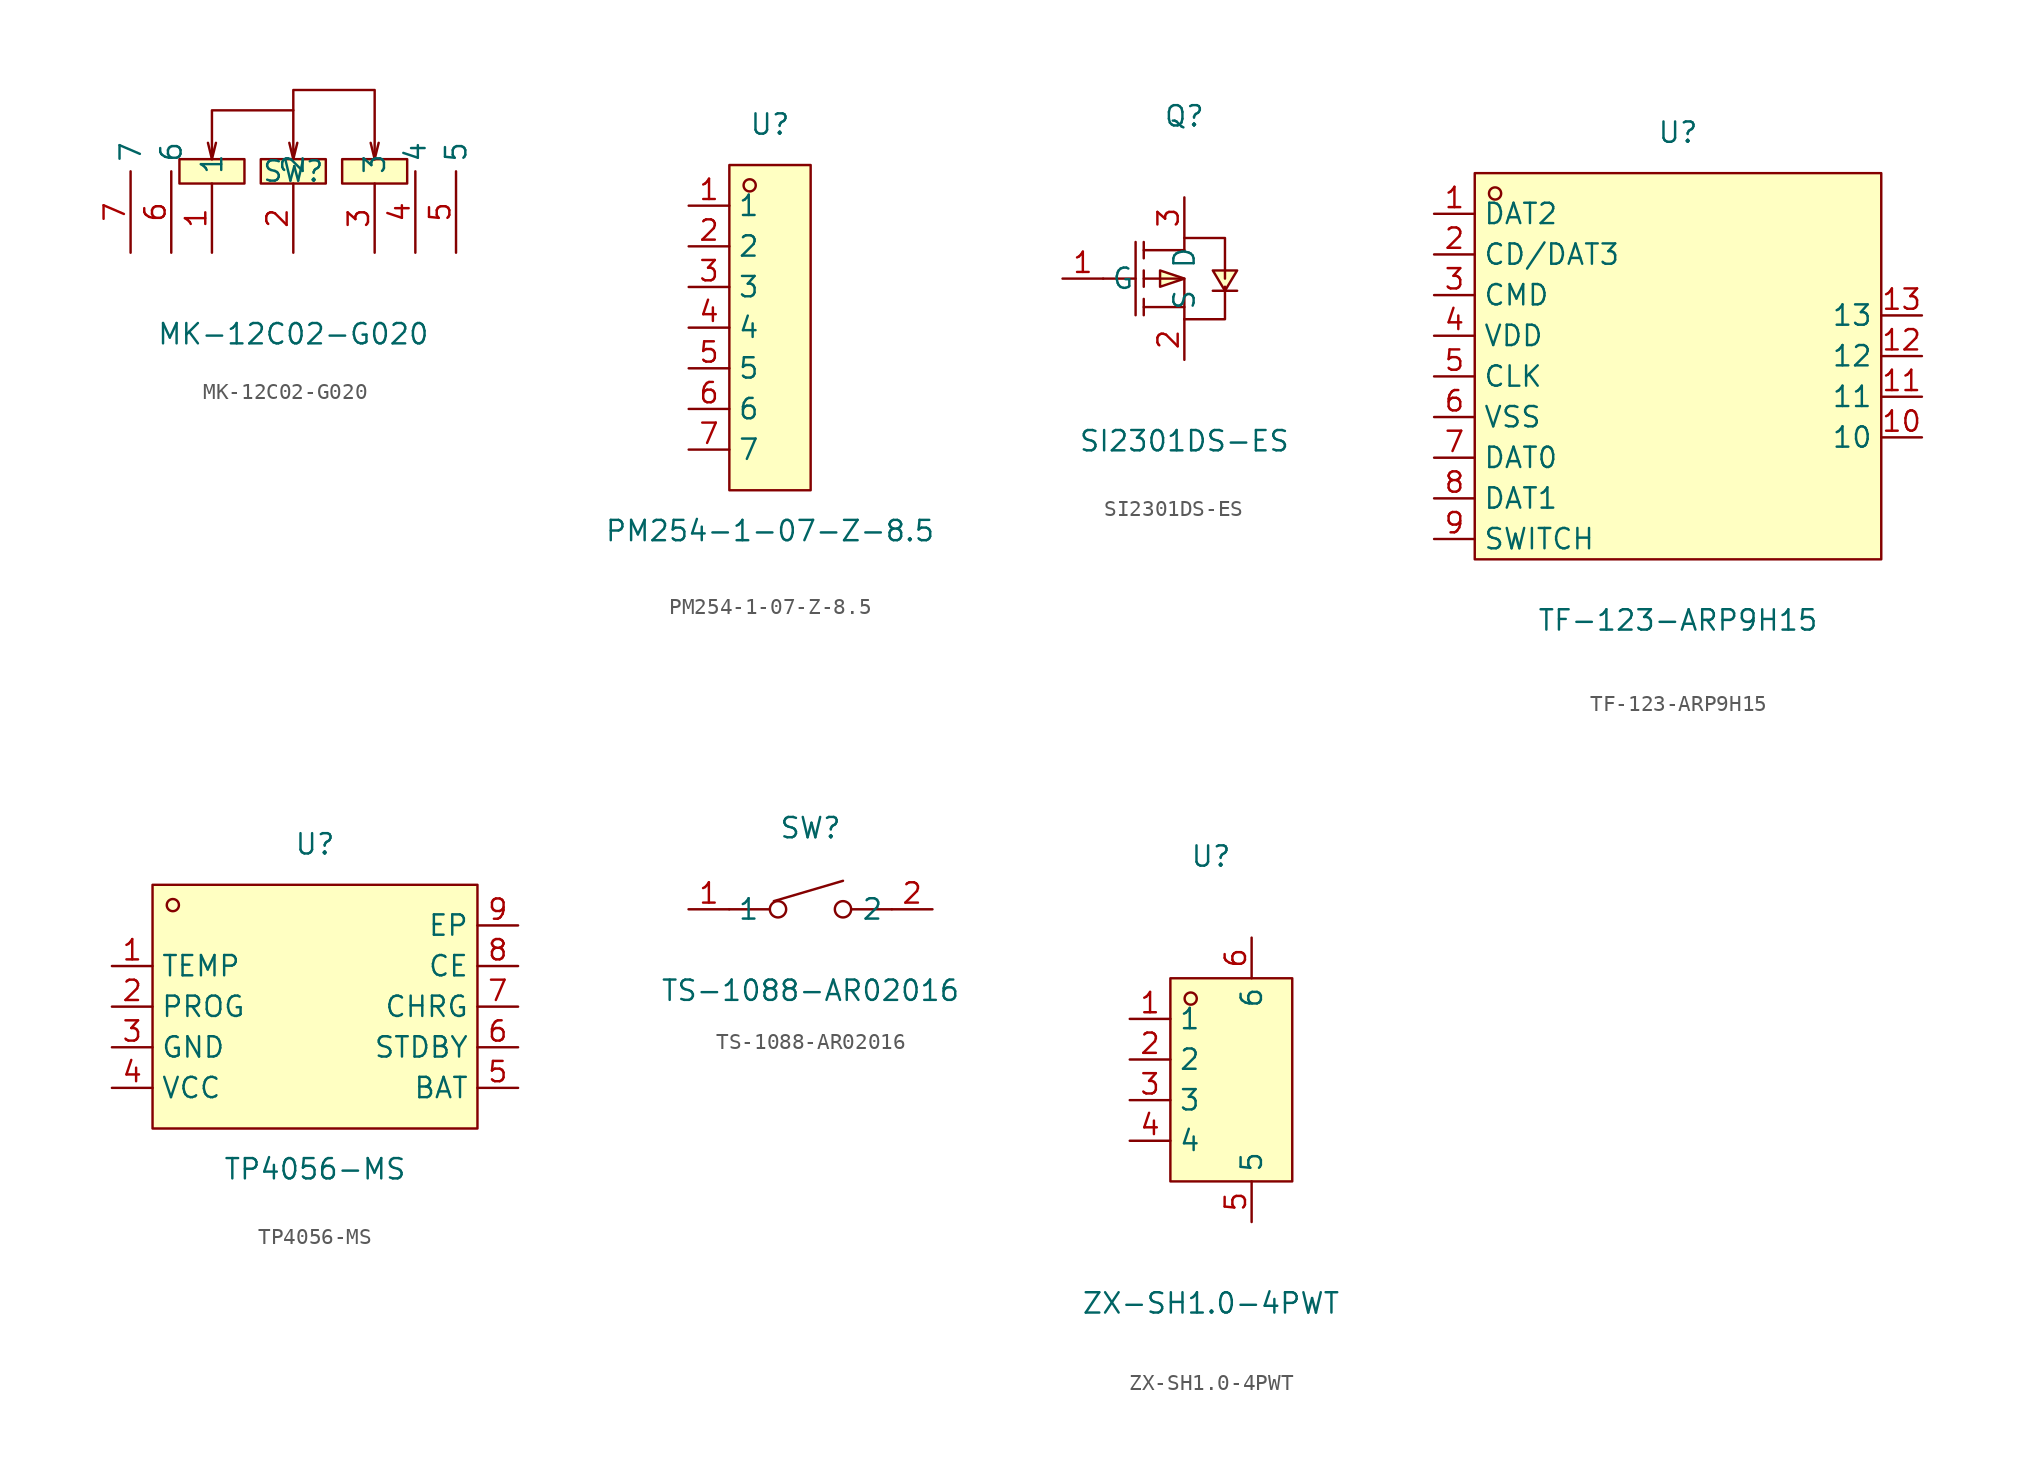
<source format=kicad_sym>
(kicad_symbol_lib
  (version 20211014)
  (generator https://github.com/uPesy/easyeda2kicad.py)
  (symbol "MK-12C02-G020"
    (property "Reference" "SW"
      (at 0 0.00 0)
      (effects (font (size 1.27 1.27))))
    (property "Value" "MK-12C02-G020"
      (at 0 -10.16 0)
      (effects (font (size 1.27 1.27))))
    (symbol "MK-12C02-G020_0_1"
      (rectangle (start -7.11 0.76) (end -3.05 -0.76) (stroke (width 0) (type default) (color 0 0 0 0)) (fill (type background)))
      (rectangle (start 3.05 0.76) (end 7.11 -0.76) (stroke (width 0) (type default) (color 0 0 0 0)) (fill (type background)))
      (rectangle (start -2.03 0.76) (end 2.03 -0.76) (stroke (width 0) (type default) (color 0 0 0 0)) (fill (type background)))
      (polyline (pts (xy -5.08 0.76) (xy -5.33 1.78)) (stroke (width 0) (type default) (color 0 0 0 0)) (fill (type none)))
      (polyline (pts (xy 0.00 3.81) (xy -5.08 3.81) (xy -5.08 0.76) (xy -4.83 1.78)) (stroke (width 0) (type default) (color 0 0 0 0)) (fill (type none)))
      (polyline (pts (xy 5.08 0.76) (xy 4.83 1.78)) (stroke (width 0) (type default) (color 0 0 0 0)) (fill (type none)))
      (polyline (pts (xy 5.08 0.76) (xy 5.33 1.78)) (stroke (width 0) (type default) (color 0 0 0 0)) (fill (type none)))
      (polyline (pts (xy 0.00 0.76) (xy -0.25 1.78)) (stroke (width 0) (type default) (color 0 0 0 0)) (fill (type none)))
      (polyline (pts (xy 5.08 0.76) (xy 5.08 5.08) (xy 0.00 5.08) (xy 0.00 0.76) (xy 0.25 1.78)) (stroke (width 0) (type default) (color 0 0 0 0)) (fill (type none)))
      (pin unspecified line (at -10.16 -5.08 90) (length 5.08) (name "7" (effects (font (size 1.27 1.27)))) (number "7" (effects (font (size 1.27 1.27)))))
      (pin unspecified line (at -7.62 -5.08 90) (length 5.08) (name "6" (effects (font (size 1.27 1.27)))) (number "6" (effects (font (size 1.27 1.27)))))
      (pin unspecified line (at 10.16 -5.08 90) (length 5.08) (name "5" (effects (font (size 1.27 1.27)))) (number "5" (effects (font (size 1.27 1.27)))))
      (pin unspecified line (at 7.62 -5.08 90) (length 5.08) (name "4" (effects (font (size 1.27 1.27)))) (number "4" (effects (font (size 1.27 1.27)))))
      (pin unspecified line (at 5.08 -5.08 90) (length 4.318) (name "3" (effects (font (size 1.27 1.27)))) (number "3" (effects (font (size 1.27 1.27)))))
      (pin unspecified line (at 0.00 -5.08 90) (length 4.318) (name "2" (effects (font (size 1.27 1.27)))) (number "2" (effects (font (size 1.27 1.27)))))
      (pin unspecified line (at -5.08 -5.08 90) (length 4.318) (name "1" (effects (font (size 1.27 1.27)))) (number "1" (effects (font (size 1.27 1.27)))))))
  (symbol "PM254-1-07-Z-8.5"
    (property "Reference" "U"
      (at 0 12.70 0)
      (effects (font (size 1.27 1.27))))
    (property "Value" "PM254-1-07-Z-8.5"
      (at 0 -12.70 0)
      (effects (font (size 1.27 1.27))))
    (symbol "PM254-1-07-Z-8.5_0_1"
      (rectangle (start -2.54 10.16) (end 2.54 -10.16) (stroke (width 0) (type default) (color 0 0 0 0)) (fill (type background)))
      (circle (center -1.27 8.89) (radius 0.38) (stroke (width 0) (type default) (color 0 0 0 0)) (fill (type none)))
      (pin unspecified line (at -5.08 7.62 0) (length 2.54) (name "1" (effects (font (size 1.27 1.27)))) (number "1" (effects (font (size 1.27 1.27)))))
      (pin unspecified line (at -5.08 5.08 0) (length 2.54) (name "2" (effects (font (size 1.27 1.27)))) (number "2" (effects (font (size 1.27 1.27)))))
      (pin unspecified line (at -5.08 2.54 0) (length 2.54) (name "3" (effects (font (size 1.27 1.27)))) (number "3" (effects (font (size 1.27 1.27)))))
      (pin unspecified line (at -5.08 -0.00 0) (length 2.54) (name "4" (effects (font (size 1.27 1.27)))) (number "4" (effects (font (size 1.27 1.27)))))
      (pin unspecified line (at -5.08 -2.54 0) (length 2.54) (name "5" (effects (font (size 1.27 1.27)))) (number "5" (effects (font (size 1.27 1.27)))))
      (pin unspecified line (at -5.08 -5.08 0) (length 2.54) (name "6" (effects (font (size 1.27 1.27)))) (number "6" (effects (font (size 1.27 1.27)))))
      (pin unspecified line (at -5.08 -7.62 0) (length 2.54) (name "7" (effects (font (size 1.27 1.27)))) (number "7" (effects (font (size 1.27 1.27)))))))
  (symbol "SI2301DS-ES"
    (property "Reference" "Q"
      (at 0 10.16 0)
      (effects (font (size 1.27 1.27))))
    (property "Value" "SI2301DS-ES"
      (at 0 -10.16 0)
      (effects (font (size 1.27 1.27))))
    (symbol "SI2301DS-ES_0_1"
      (polyline (pts (xy 1.78 -0.76) (xy 2.03 -0.76) (xy 3.05 -0.76) (xy 3.30 -0.76)) (stroke (width 0) (type default) (color 0 0 0 0)) (fill (type none)))
      (polyline (pts (xy -5.08 -0.00) (xy -3.05 -0.00)) (stroke (width 0) (type default) (color 0 0 0 0)) (fill (type none)))
      (polyline (pts (xy -2.54 -2.29) (xy -2.54 -1.27)) (stroke (width 0) (type default) (color 0 0 0 0)) (fill (type none)))
      (polyline (pts (xy -2.54 -0.51) (xy -2.54 0.51)) (stroke (width 0) (type default) (color 0 0 0 0)) (fill (type none)))
      (polyline (pts (xy -2.54 1.27) (xy -2.54 2.29)) (stroke (width 0) (type default) (color 0 0 0 0)) (fill (type none)))
      (polyline (pts (xy -3.05 2.29) (xy -3.05 -2.29)) (stroke (width 0) (type default) (color 0 0 0 0)) (fill (type none)))
      (polyline (pts (xy 0.00 -1.78) (xy -2.54 -1.78)) (stroke (width 0) (type default) (color 0 0 0 0)) (fill (type none)))
      (polyline (pts (xy -2.54 -0.00) (xy 0.00 -0.00) (xy 0.00 -2.54)) (stroke (width 0) (type default) (color 0 0 0 0)) (fill (type none)))
      (polyline (pts (xy 0.00 1.78) (xy -2.54 1.78)) (stroke (width 0) (type default) (color 0 0 0 0)) (fill (type none)))
      (polyline (pts (xy 0.00 1.78) (xy 0.00 2.54) (xy 2.54 2.54) (xy 2.54 -0.00)) (stroke (width 0) (type default) (color 0 0 0 0)) (fill (type none)))
      (polyline (pts (xy 0.00 -2.54) (xy 2.54 -2.54) (xy 2.54 -0.51)) (stroke (width 0) (type default) (color 0 0 0 0)) (fill (type none)))
      (polyline (pts (xy 2.54 -0.76) (xy 1.78 0.51) (xy 3.30 0.51) (xy 2.54 -0.76)) (stroke (width 0) (type default) (color 0 0 0 0)) (fill (type background)))
      (polyline (pts (xy 0.00 -0.00) (xy -1.52 0.51) (xy -1.52 -0.51) (xy 0.00 -0.00)) (stroke (width 0) (type default) (color 0 0 0 0)) (fill (type background)))
      (pin unspecified line (at 0.00 -5.08 90) (length 2.54) (name "S" (effects (font (size 1.27 1.27)))) (number "2" (effects (font (size 1.27 1.27)))))
      (pin unspecified line (at -7.62 -0.00 0) (length 2.54) (name "G" (effects (font (size 1.27 1.27)))) (number "1" (effects (font (size 1.27 1.27)))))
      (pin unspecified line (at 0.00 5.08 270) (length 2.54) (name "D" (effects (font (size 1.27 1.27)))) (number "3" (effects (font (size 1.27 1.27)))))))
  (symbol "TF-123-ARP9H15"
    (property "Reference" "U"
      (at 0 15.24 0)
      (effects (font (size 1.27 1.27))))
    (property "Value" "TF-123-ARP9H15"
      (at 0 -15.24 0)
      (effects (font (size 1.27 1.27))))
    (symbol "TF-123-ARP9H15_0_1"
      (rectangle (start -12.70 12.70) (end 12.70 -11.43) (stroke (width 0) (type default) (color 0 0 0 0)) (fill (type background)))
      (circle (center -11.43 11.43) (radius 0.38) (stroke (width 0) (type default) (color 0 0 0 0)) (fill (type none)))
      (pin unspecified line (at -15.24 10.16 0) (length 2.54) (name "DAT2" (effects (font (size 1.27 1.27)))) (number "1" (effects (font (size 1.27 1.27)))))
      (pin unspecified line (at -15.24 7.62 0) (length 2.54) (name "CD/DAT3" (effects (font (size 1.27 1.27)))) (number "2" (effects (font (size 1.27 1.27)))))
      (pin unspecified line (at -15.24 5.08 0) (length 2.54) (name "CMD" (effects (font (size 1.27 1.27)))) (number "3" (effects (font (size 1.27 1.27)))))
      (pin unspecified line (at -15.24 2.54 0) (length 2.54) (name "VDD" (effects (font (size 1.27 1.27)))) (number "4" (effects (font (size 1.27 1.27)))))
      (pin unspecified line (at -15.24 -0.00 0) (length 2.54) (name "CLK" (effects (font (size 1.27 1.27)))) (number "5" (effects (font (size 1.27 1.27)))))
      (pin unspecified line (at -15.24 -2.54 0) (length 2.54) (name "VSS" (effects (font (size 1.27 1.27)))) (number "6" (effects (font (size 1.27 1.27)))))
      (pin unspecified line (at -15.24 -5.08 0) (length 2.54) (name "DAT0" (effects (font (size 1.27 1.27)))) (number "7" (effects (font (size 1.27 1.27)))))
      (pin unspecified line (at -15.24 -7.62 0) (length 2.54) (name "DAT1" (effects (font (size 1.27 1.27)))) (number "8" (effects (font (size 1.27 1.27)))))
      (pin unspecified line (at -15.24 -10.16 0) (length 2.54) (name "SWITCH" (effects (font (size 1.27 1.27)))) (number "9" (effects (font (size 1.27 1.27)))))
      (pin unspecified line (at 15.24 -3.81 180) (length 2.54) (name "10" (effects (font (size 1.27 1.27)))) (number "10" (effects (font (size 1.27 1.27)))))
      (pin unspecified line (at 15.24 -1.27 180) (length 2.54) (name "11" (effects (font (size 1.27 1.27)))) (number "11" (effects (font (size 1.27 1.27)))))
      (pin unspecified line (at 15.24 1.27 180) (length 2.54) (name "12" (effects (font (size 1.27 1.27)))) (number "12" (effects (font (size 1.27 1.27)))))
      (pin unspecified line (at 15.24 3.81 180) (length 2.54) (name "13" (effects (font (size 1.27 1.27)))) (number "13" (effects (font (size 1.27 1.27)))))))
  (symbol "TP4056-MS"
    (property "Reference" "U"
      (at 0 10.16 0)
      (effects (font (size 1.27 1.27))))
    (property "Value" "TP4056-MS"
      (at 0 -10.16 0)
      (effects (font (size 1.27 1.27))))
    (symbol "TP4056-MS_0_1"
      (rectangle (start -10.16 7.62) (end 10.16 -7.62) (stroke (width 0) (type default) (color 0 0 0 0)) (fill (type background)))
      (circle (center -8.89 6.35) (radius 0.38) (stroke (width 0) (type default) (color 0 0 0 0)) (fill (type none)))
      (pin unspecified line (at 12.70 5.08 180) (length 2.54) (name "EP" (effects (font (size 1.27 1.27)))) (number "9" (effects (font (size 1.27 1.27)))))
      (pin unspecified line (at 12.70 2.54 180) (length 2.54) (name "CE" (effects (font (size 1.27 1.27)))) (number "8" (effects (font (size 1.27 1.27)))))
      (pin unspecified line (at 12.70 -0.00 180) (length 2.54) (name "CHRG" (effects (font (size 1.27 1.27)))) (number "7" (effects (font (size 1.27 1.27)))))
      (pin unspecified line (at 12.70 -2.54 180) (length 2.54) (name "STDBY" (effects (font (size 1.27 1.27)))) (number "6" (effects (font (size 1.27 1.27)))))
      (pin unspecified line (at 12.70 -5.08 180) (length 2.54) (name "BAT" (effects (font (size 1.27 1.27)))) (number "5" (effects (font (size 1.27 1.27)))))
      (pin unspecified line (at -12.70 -5.08 0) (length 2.54) (name "VCC" (effects (font (size 1.27 1.27)))) (number "4" (effects (font (size 1.27 1.27)))))
      (pin unspecified line (at -12.70 -2.54 0) (length 2.54) (name "GND" (effects (font (size 1.27 1.27)))) (number "3" (effects (font (size 1.27 1.27)))))
      (pin unspecified line (at -12.70 -0.00 0) (length 2.54) (name "PROG" (effects (font (size 1.27 1.27)))) (number "2" (effects (font (size 1.27 1.27)))))
      (pin unspecified line (at -12.70 2.54 0) (length 2.54) (name "TEMP" (effects (font (size 1.27 1.27)))) (number "1" (effects (font (size 1.27 1.27)))))))
  (symbol "TS-1088-AR02016"
    (property "Reference" "SW"
      (at 0 5.08 0)
      (effects (font (size 1.27 1.27))))
    (property "Value" "TS-1088-AR02016"
      (at 0 -5.08 0)
      (effects (font (size 1.27 1.27))))
    (symbol "TS-1088-AR02016_0_1"
      (circle (center 2.03 -0.00) (radius 0.51) (stroke (width 0) (type default) (color 0 0 0 0)) (fill (type none)))
      (circle (center -2.03 -0.00) (radius 0.51) (stroke (width 0) (type default) (color 0 0 0 0)) (fill (type none)))
      (polyline (pts (xy -2.29 0.51) (xy 2.03 1.78)) (stroke (width 0) (type default) (color 0 0 0 0)) (fill (type none)))
      (polyline (pts (xy 5.08 -0.00) (xy 2.54 -0.00)) (stroke (width 0) (type default) (color 0 0 0 0)) (fill (type none)))
      (polyline (pts (xy -5.08 -0.00) (xy -2.54 -0.00)) (stroke (width 0) (type default) (color 0 0 0 0)) (fill (type none)))
      (pin unspecified line (at 7.62 -0.00 180) (length 2.54) (name "2" (effects (font (size 1.27 1.27)))) (number "2" (effects (font (size 1.27 1.27)))))
      (pin unspecified line (at -7.62 -0.00 0) (length 2.54) (name "1" (effects (font (size 1.27 1.27)))) (number "1" (effects (font (size 1.27 1.27)))))))
  (symbol "ZX-SH1.0-4PWT"
    (property "Reference" "U"
      (at 0 15.24 0)
      (effects (font (size 1.27 1.27))))
    (property "Value" "ZX-SH1.0-4PWT"
      (at 0 -12.70 0)
      (effects (font (size 1.27 1.27))))
    (symbol "ZX-SH1.0-4PWT_0_1"
      (rectangle (start -2.54 7.62) (end 5.08 -5.08) (stroke (width 0) (type default) (color 0 0 0 0)) (fill (type background)))
      (circle (center -1.27 6.35) (radius 0.38) (stroke (width 0) (type default) (color 0 0 0 0)) (fill (type none)))
      (pin unspecified line (at 2.54 10.16 270) (length 2.54) (name "6" (effects (font (size 1.27 1.27)))) (number "6" (effects (font (size 1.27 1.27)))))
      (pin unspecified line (at 2.54 -7.62 90) (length 2.54) (name "5" (effects (font (size 1.27 1.27)))) (number "5" (effects (font (size 1.27 1.27)))))
      (pin unspecified line (at -5.08 -2.54 0) (length 2.54) (name "4" (effects (font (size 1.27 1.27)))) (number "4" (effects (font (size 1.27 1.27)))))
      (pin unspecified line (at -5.08 -0.00 0) (length 2.54) (name "3" (effects (font (size 1.27 1.27)))) (number "3" (effects (font (size 1.27 1.27)))))
      (pin unspecified line (at -5.08 2.54 0) (length 2.54) (name "2" (effects (font (size 1.27 1.27)))) (number "2" (effects (font (size 1.27 1.27)))))
      (pin unspecified line (at -5.08 5.08 0) (length 2.54) (name "1" (effects (font (size 1.27 1.27)))) (number "1" (effects (font (size 1.27 1.27))))))))
</source>
